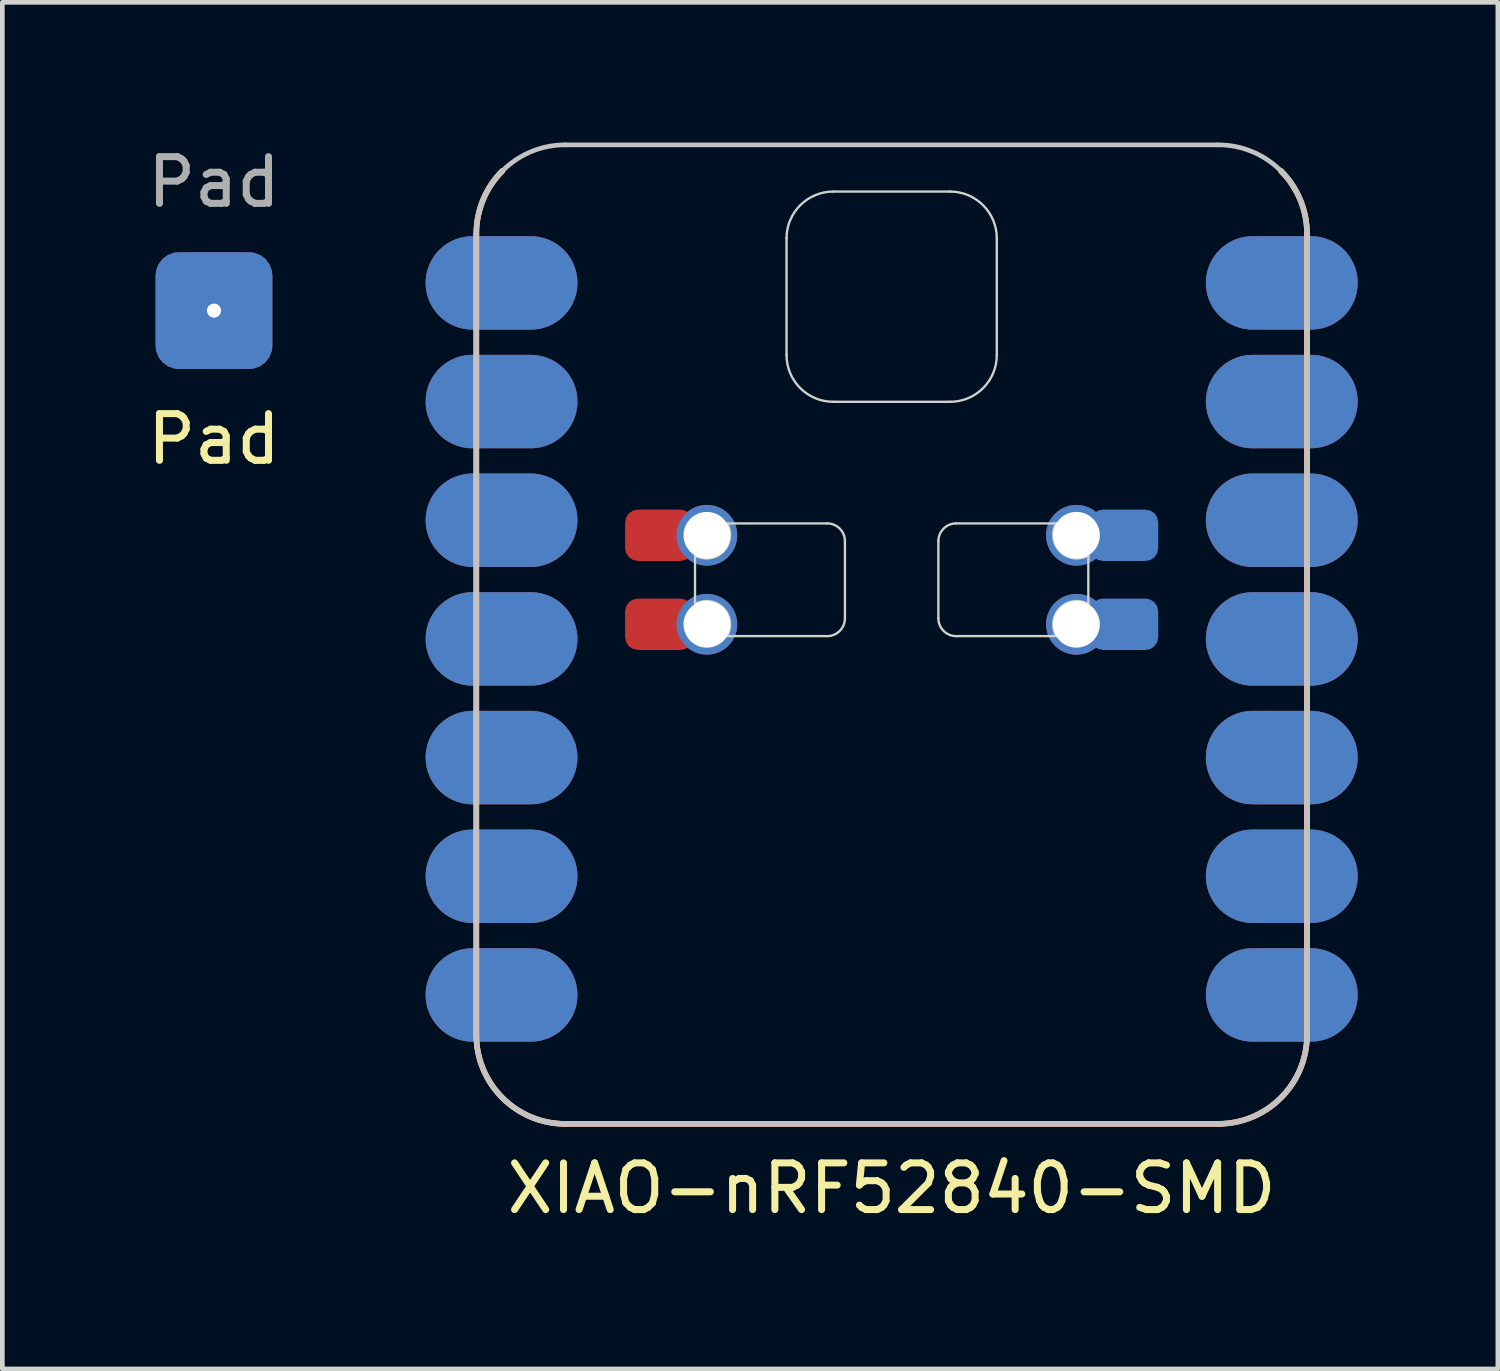
<source format=kicad_pcb>
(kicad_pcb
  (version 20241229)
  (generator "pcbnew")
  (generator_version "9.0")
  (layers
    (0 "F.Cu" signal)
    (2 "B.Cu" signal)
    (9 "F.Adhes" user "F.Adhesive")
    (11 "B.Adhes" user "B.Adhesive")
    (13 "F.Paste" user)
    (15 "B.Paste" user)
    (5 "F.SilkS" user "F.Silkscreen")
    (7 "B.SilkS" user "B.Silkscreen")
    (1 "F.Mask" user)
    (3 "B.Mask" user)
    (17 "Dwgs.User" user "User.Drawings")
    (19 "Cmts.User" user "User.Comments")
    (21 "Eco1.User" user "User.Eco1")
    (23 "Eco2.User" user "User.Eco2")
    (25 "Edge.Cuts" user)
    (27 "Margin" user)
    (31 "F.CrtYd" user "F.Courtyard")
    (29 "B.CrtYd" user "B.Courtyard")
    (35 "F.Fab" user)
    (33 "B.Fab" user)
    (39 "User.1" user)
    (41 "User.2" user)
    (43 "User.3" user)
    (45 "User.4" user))
  (footprint "Pad"
    (layer "F.Cu")
    (at 1.53 3.598)
    (property "Reference" "Pad" (at 0 2.75 0) (unlocked yes) (layer "F.SilkS") (effects (font (size 1 1) (thickness 0.15))))
    (fp_text user "${REFERENCE}" (at 0 -2.75 0) (unlocked yes) (layer "F.Fab") (effects (font (size 1 1) (thickness 0.15))))
    (pad "1" thru_hole roundrect (at 0 0) (size 2.5 2.5) (drill 0.3) (layers "*.Cu" "*.Mask") (roundrect_rratio 0.2)))
  (footprint "XIAO-nRF52840-SMD"
    (layer "F.Cu")
    (at 16.035 10.55)
    (property "Reference" "XIAO-nRF52840-SMD" (at 0 11.25 0) (layer "F.SilkS") (effects (font (size 1 1) (thickness 0.15)) (justify top)))
    (fp_line (start -8.89 8.55) (end -8.89 -8.595) (stroke (width 0.12) (type solid)) (layer "F.SilkS"))
    (fp_line (start -6.985 10.455) (end 6.985 10.455) (stroke (width 0.12) (type solid)) (layer "F.SilkS"))
    (fp_line (start 8.89 8.55) (end 8.89 -8.595) (stroke (width 0.12) (type solid)) (layer "F.SilkS"))
    (fp_arc (start -8.889999 -8.595) (mid -8.74499 -9.324012) (end -8.332038 -9.942038) (stroke (width 0.12) (type solid)) (layer "F.SilkS"))
    (fp_arc (start -6.985 10.455) (mid -8.332038 9.897038) (end -8.89 8.55) (stroke (width 0.12) (type solid)) (layer "F.SilkS"))
    (fp_arc (start 8.332038 -9.942038) (mid 8.74499 -9.324012) (end 8.889999 -8.595) (stroke (width 0.12) (type solid)) (layer "F.SilkS"))
    (fp_arc (start 8.89 8.55) (mid 8.332038 9.897038) (end 6.985 10.455) (stroke (width 0.12) (type solid)) (layer "F.SilkS"))
    (fp_line (start -8.89 8.55) (end -8.89 -8.595) (stroke (width 0.12) (type solid)) (layer "B.SilkS"))
    (fp_line (start 6.985 10.455) (end -6.985 10.455) (stroke (width 0.12) (type solid)) (layer "B.SilkS"))
    (fp_line (start 8.89 8.55) (end 8.89 -8.595) (stroke (width 0.12) (type solid)) (layer "B.SilkS"))
    (fp_arc (start -8.889999 -8.595) (mid -8.74499 -9.324012) (end -8.332038 -9.942038) (stroke (width 0.12) (type solid)) (layer "B.SilkS"))
    (fp_arc (start -6.985 10.455) (mid -8.332038 9.897038) (end -8.89 8.55) (stroke (width 0.12) (type solid)) (layer "B.SilkS"))
    (fp_arc (start 8.332038 -9.942038) (mid 8.74499 -9.324012) (end 8.89 -8.595) (stroke (width 0.12) (type solid)) (layer "B.SilkS"))
    (fp_arc (start 8.89 8.55) (mid 8.332038 9.897038) (end 6.985 10.455) (stroke (width 0.12) (type solid)) (layer "B.SilkS"))
    (fp_line (start -8.89 8.55) (end -8.89 -8.595) (stroke (width 0.1) (type default)) (layer "Dwgs.User"))
    (fp_line (start -6.985 -10.5) (end 6.985 -10.5) (stroke (width 0.1) (type default)) (layer "Dwgs.User"))
    (fp_line (start 6.985 10.455) (end -6.985 10.455) (stroke (width 0.1) (type default)) (layer "Dwgs.User"))
    (fp_line (start 8.89 -8.595) (end 8.89 8.55) (stroke (width 0.1) (type default)) (layer "Dwgs.User"))
    (fp_arc (start -8.89 -8.595) (mid -8.332038 -9.942038) (end -6.985 -10.5) (stroke (width 0.1) (type solid)) (layer "Dwgs.User"))
    (fp_arc (start -6.985 10.455) (mid -8.332038 9.897038) (end -8.89 8.55) (stroke (width 0.1) (type solid)) (layer "Dwgs.User"))
    (fp_arc (start 6.985 -10.5) (mid 8.332038 -9.942038) (end 8.89 -8.595) (stroke (width 0.1) (type solid)) (layer "Dwgs.User"))
    (fp_arc (start 8.89 8.55) (mid 8.332038 9.897038) (end 6.985 10.455) (stroke (width 0.1) (type solid)) (layer "Dwgs.User"))
    (fp_line (start -4.209 -0.67) (end -4.209 -1.712) (stroke (width 0.05) (type solid)) (layer "Edge.Cuts"))
    (fp_line (start -3.523 -2.397) (end -1.381 -2.397) (stroke (width 0.05) (type solid)) (layer "Edge.Cuts"))
    (fp_line (start -2.25 -6) (end -2.25 -8.5) (stroke (width 0.05) (type default)) (layer "Edge.Cuts"))
    (fp_line (start -1.381 0.015) (end -3.523 0.015) (stroke (width 0.05) (type solid)) (layer "Edge.Cuts"))
    (fp_line (start -1.25 -9.5) (end 1.25 -9.5) (stroke (width 0.05) (type default)) (layer "Edge.Cuts"))
    (fp_line (start -1 -2.017) (end -1 -0.365) (stroke (width 0.05) (type solid)) (layer "Edge.Cuts"))
    (fp_line (start 1 -2.017) (end 1 -0.365) (stroke (width 0.05) (type solid)) (layer "Edge.Cuts"))
    (fp_line (start 1.25 -5) (end -1.25 -5) (stroke (width 0.05) (type default)) (layer "Edge.Cuts"))
    (fp_line (start 1.381 0.015) (end 3.523 0.015) (stroke (width 0.05) (type solid)) (layer "Edge.Cuts"))
    (fp_line (start 2.25 -8.5) (end 2.25 -6) (stroke (width 0.05) (type default)) (layer "Edge.Cuts"))
    (fp_line (start 3.523 -2.397) (end 1.381 -2.397) (stroke (width 0.05) (type solid)) (layer "Edge.Cuts"))
    (fp_line (start 4.209 -0.67) (end 4.209 -1.712) (stroke (width 0.05) (type solid)) (layer "Edge.Cuts"))
    (fp_arc (start -4.209 -0.6703) (mid -3.605391 -0.588109) (end -3.5232 0.0155) (stroke (width 0.05) (type solid)) (layer "Edge.Cuts"))
    (fp_arc (start -3.5232 -2.3975) (mid -3.605391 -1.793891) (end -4.209 -1.7117) (stroke (width 0.05) (type solid)) (layer "Edge.Cuts"))
    (fp_arc (start -2.25 -8.5) (mid -1.957107 -9.207107) (end -1.25 -9.5) (stroke (width 0.05) (type default)) (layer "Edge.Cuts"))
    (fp_arc (start -1.381 -2.3975) (mid -1.111592 -2.285908) (end -1 -2.0165) (stroke (width 0.05) (type solid)) (layer "Edge.Cuts"))
    (fp_arc (start -1.25 -5) (mid -1.957107 -5.292893) (end -2.25 -6) (stroke (width 0.05) (type default)) (layer "Edge.Cuts"))
    (fp_arc (start -1 -0.3655) (mid -1.111592 -0.096092) (end -1.381 0.0155) (stroke (width 0.05) (type solid)) (layer "Edge.Cuts"))
    (fp_arc (start 1 -2.0165) (mid 1.111594 -2.285905) (end 1.381 -2.3975) (stroke (width 0.05) (type solid)) (layer "Edge.Cuts"))
    (fp_arc (start 1.25 -9.5) (mid 1.957107 -9.207107) (end 2.25 -8.5) (stroke (width 0.05) (type default)) (layer "Edge.Cuts"))
    (fp_arc (start 1.381 0.0155) (mid 1.111591 -0.096091) (end 1 -0.3655) (stroke (width 0.05) (type solid)) (layer "Edge.Cuts"))
    (fp_arc (start 2.25 -6) (mid 1.957107 -5.292893) (end 1.25 -5) (stroke (width 0.05) (type default)) (layer "Edge.Cuts"))
    (fp_arc (start 3.5232 0.0155) (mid 3.605389 -0.588114) (end 4.209 -0.6703) (stroke (width 0.05) (type solid)) (layer "Edge.Cuts"))
    (fp_arc (start 4.209 -1.7117) (mid 3.605391 -1.793891) (end 3.5232 -2.3975) (stroke (width 0.05) (type solid)) (layer "Edge.Cuts"))
    (pad "1" smd oval (at -8.35 -7.545) (size 3.25 2) (layers "F.Cu" "F.Mask" "F.Paste"))
    (pad "1" smd oval (at 8.35 -7.545) (size 3.25 2) (layers "B.Cu" "B.Mask" "B.Paste"))
    (pad "2" smd oval (at -8.35 -5.005) (size 3.25 2) (layers "F.Cu" "F.Mask" "F.Paste"))
    (pad "2" smd oval (at 8.35 -5.005) (size 3.25 2) (layers "B.Cu" "B.Mask" "B.Paste"))
    (pad "3" smd oval (at -8.35 -2.465) (size 3.25 2) (layers "F.Cu" "F.Mask" "F.Paste"))
    (pad "3" smd oval (at 8.35 -2.465) (size 3.25 2) (layers "B.Cu" "B.Mask" "B.Paste"))
    (pad "4" smd oval (at -8.35 0.075) (size 3.25 2) (layers "F.Cu" "F.Mask" "F.Paste"))
    (pad "4" smd oval (at 8.35 0.075) (size 3.25 2) (layers "B.Cu" "B.Mask" "B.Paste"))
    (pad "5" smd oval (at -8.35 2.615) (size 3.25 2) (layers "F.Cu" "F.Mask" "F.Paste"))
    (pad "5" smd oval (at 8.35 2.615) (size 3.25 2) (layers "B.Cu" "B.Mask" "B.Paste"))
    (pad "6" smd oval (at -8.35 5.155) (size 3.25 2) (layers "F.Cu" "F.Mask" "F.Paste"))
    (pad "6" smd oval (at 8.35 5.155) (size 3.25 2) (layers "B.Cu" "B.Mask" "B.Paste"))
    (pad "7" smd oval (at -8.35 7.695) (size 3.25 2) (layers "F.Cu" "F.Mask" "F.Paste"))
    (pad "7" smd oval (at 8.35 7.695) (size 3.25 2) (layers "B.Cu" "B.Mask" "B.Paste"))
    (pad "8" smd oval (at -8.35 7.695) (size 3.25 2) (layers "B.Cu" "B.Mask" "B.Paste"))
    (pad "8" smd oval (at 8.35 7.695) (size 3.25 2) (layers "F.Cu" "F.Mask" "F.Paste"))
    (pad "9" smd oval (at -8.35 5.155) (size 3.25 2) (layers "B.Cu" "B.Mask" "B.Paste"))
    (pad "9" smd oval (at 8.35 5.155) (size 3.25 2) (layers "F.Cu" "F.Mask" "F.Paste"))
    (pad "10" smd oval (at -8.35 2.615) (size 3.25 2) (layers "B.Cu" "B.Mask" "B.Paste"))
    (pad "10" smd oval (at 8.35 2.615) (size 3.25 2) (layers "F.Cu" "F.Mask" "F.Paste"))
    (pad "11" smd oval (at -8.35 0.075) (size 3.25 2) (layers "B.Cu" "B.Mask" "B.Paste"))
    (pad "11" smd oval (at 8.35 0.075) (size 3.25 2) (layers "F.Cu" "F.Mask" "F.Paste"))
    (pad "12" smd oval (at -8.35 -2.465) (size 3.25 2) (layers "B.Cu" "B.Mask" "B.Paste"))
    (pad "12" smd oval (at 8.35 -2.465) (size 3.25 2) (layers "F.Cu" "F.Mask" "F.Paste"))
    (pad "13" smd oval (at -8.35 -5.005) (size 3.25 2) (layers "B.Cu" "B.Mask" "B.Paste"))
    (pad "13" smd oval (at 8.35 -5.005) (size 3.25 2) (layers "F.Cu" "F.Mask" "F.Paste"))
    (pad "14" smd oval (at -8.35 -7.545) (size 3.25 2) (layers "B.Cu" "B.Mask" "B.Paste"))
    (pad "14" smd oval (at 8.35 -7.545) (size 3.25 2) (layers "F.Cu" "F.Mask" "F.Paste"))
    (pad "15" smd roundrect (at -4.978 -0.238 180) (size 1.455 1.1) (layers "F.Cu" "F.Mask" "F.Paste") (roundrect_rratio 0.25))
    (pad "15" thru_hole circle (at -3.955 -0.238 180) (size 1.3 1.3) (drill 1) (layers "*.Cu" "*.Mask"))
    (pad "15" thru_hole circle (at 3.955 -0.238 180) (size 1.3 1.3) (drill 1) (layers "*.Cu" "*.Mask"))
    (pad "15" smd roundrect (at 4.978 -0.238 180) (size 1.455 1.1) (layers "B.Cu" "B.Mask" "B.Paste") (roundrect_rratio 0.25))
    (pad "16" smd roundrect (at -4.978 -2.143 180) (size 1.455 1.1) (layers "F.Cu" "F.Mask" "F.Paste") (roundrect_rratio 0.25))
    (pad "16" thru_hole circle (at -3.955 -2.143 180) (size 1.3 1.3) (drill 1) (layers "*.Cu" "*.Mask"))
    (pad "16" thru_hole circle (at 3.955 -2.143 180) (size 1.3 1.3) (drill 1) (layers "*.Cu" "*.Mask"))
    (pad "16" smd roundrect (at 4.978 -2.143 180) (size 1.455 1.1) (layers "B.Cu" "B.Mask" "B.Paste") (roundrect_rratio 0.25)))
  (gr_rect
    (start -3 -3)
    (end 29.01 26.25)
    (stroke (width 0.1) (type default))
    (fill no)
    (layer "Edge.Cuts")))
</source>
